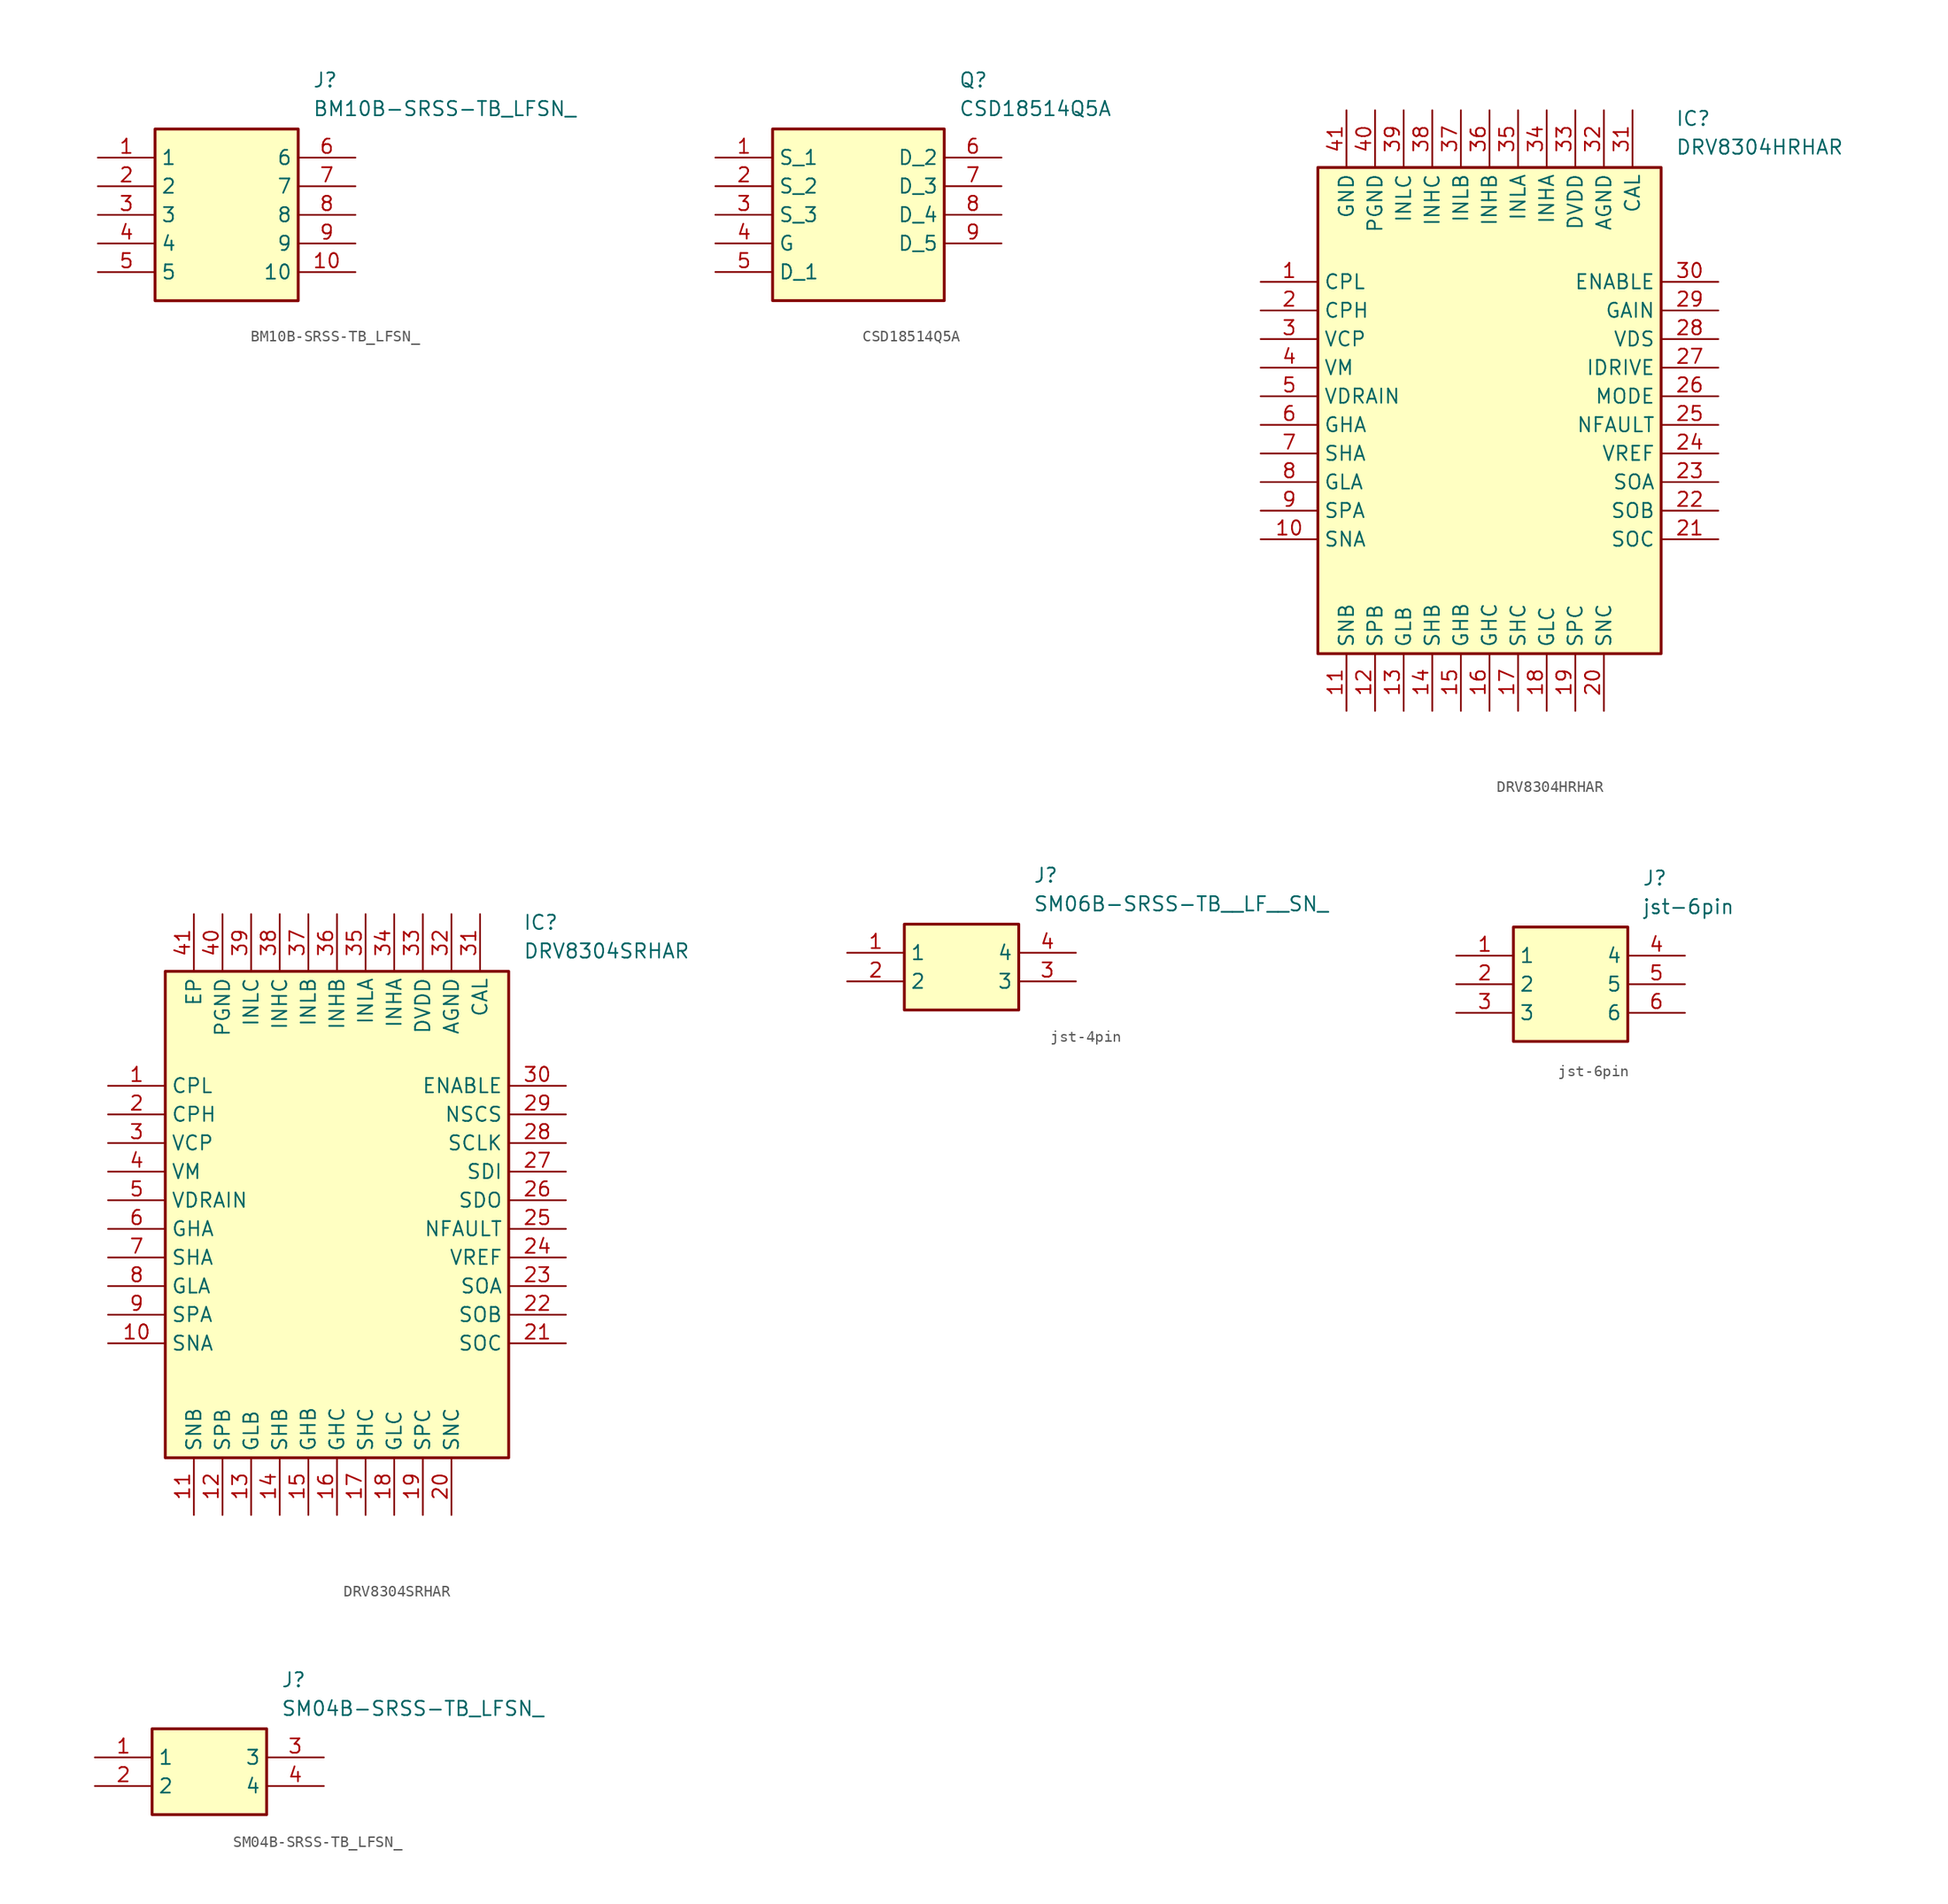
<source format=kicad_sym>
(kicad_symbol_lib
  (version 20241209)
  (generator "kicad_symbol_editor")
  (generator_version "9.0")
  (symbol "BM10B-SRSS-TB_LFSN_"
    (property "Reference" "J"
      (at 19.05 7.62 0)
      (effects (font (size 1.27 1.27)) (justify left top)))
    (property "Value" "BM10B-SRSS-TB_LFSN_"
      (at 19.05 5.08 0)
      (effects (font (size 1.27 1.27)) (justify left top)))
    (symbol "BM10B-SRSS-TB_LFSN__1_1"
      (rectangle (start 5.08 2.54) (end 17.78 -12.7) (stroke (width 0.254) (type default)) (fill (type background)))
      (pin passive line (at 0 0 0) (length 5.08) (name "1" (effects (font (size 1.27 1.27)))) (number "1" (effects (font (size 1.27 1.27)))))
      (pin passive line (at 0 -2.54 0) (length 5.08) (name "2" (effects (font (size 1.27 1.27)))) (number "2" (effects (font (size 1.27 1.27)))))
      (pin passive line (at 0 -5.08 0) (length 5.08) (name "3" (effects (font (size 1.27 1.27)))) (number "3" (effects (font (size 1.27 1.27)))))
      (pin passive line (at 0 -7.62 0) (length 5.08) (name "4" (effects (font (size 1.27 1.27)))) (number "4" (effects (font (size 1.27 1.27)))))
      (pin passive line (at 0 -10.16 0) (length 5.08) (name "5" (effects (font (size 1.27 1.27)))) (number "5" (effects (font (size 1.27 1.27)))))
      (pin passive line (at 22.86 0 180) (length 5.08) (name "6" (effects (font (size 1.27 1.27)))) (number "6" (effects (font (size 1.27 1.27)))))
      (pin passive line (at 22.86 -2.54 180) (length 5.08) (name "7" (effects (font (size 1.27 1.27)))) (number "7" (effects (font (size 1.27 1.27)))))
      (pin passive line (at 22.86 -5.08 180) (length 5.08) (name "8" (effects (font (size 1.27 1.27)))) (number "8" (effects (font (size 1.27 1.27)))))
      (pin passive line (at 22.86 -7.62 180) (length 5.08) (name "9" (effects (font (size 1.27 1.27)))) (number "9" (effects (font (size 1.27 1.27)))))
      (pin passive line (at 22.86 -10.16 180) (length 5.08) (name "10" (effects (font (size 1.27 1.27)))) (number "10" (effects (font (size 1.27 1.27)))))))
  (symbol "CSD18514Q5A"
    (property "Reference" "Q"
      (at 21.59 7.62 0)
      (effects (font (size 1.27 1.27)) (justify left top)))
    (property "Value" "CSD18514Q5A"
      (at 21.59 5.08 0)
      (effects (font (size 1.27 1.27)) (justify left top)))
    (symbol "CSD18514Q5A_1_1"
      (rectangle (start 5.08 2.54) (end 20.32 -12.7) (stroke (width 0.254) (type default)) (fill (type background)))
      (pin passive line (at 0 0 0) (length 5.08) (name "S_1" (effects (font (size 1.27 1.27)))) (number "1" (effects (font (size 1.27 1.27)))))
      (pin passive line (at 0 -2.54 0) (length 5.08) (name "S_2" (effects (font (size 1.27 1.27)))) (number "2" (effects (font (size 1.27 1.27)))))
      (pin passive line (at 0 -5.08 0) (length 5.08) (name "S_3" (effects (font (size 1.27 1.27)))) (number "3" (effects (font (size 1.27 1.27)))))
      (pin passive line (at 0 -7.62 0) (length 5.08) (name "G" (effects (font (size 1.27 1.27)))) (number "4" (effects (font (size 1.27 1.27)))))
      (pin passive line (at 0 -10.16 0) (length 5.08) (name "D_1" (effects (font (size 1.27 1.27)))) (number "5" (effects (font (size 1.27 1.27)))))
      (pin passive line (at 25.4 0 180) (length 5.08) (name "D_2" (effects (font (size 1.27 1.27)))) (number "6" (effects (font (size 1.27 1.27)))))
      (pin passive line (at 25.4 -2.54 180) (length 5.08) (name "D_3" (effects (font (size 1.27 1.27)))) (number "7" (effects (font (size 1.27 1.27)))))
      (pin passive line (at 25.4 -5.08 180) (length 5.08) (name "D_4" (effects (font (size 1.27 1.27)))) (number "8" (effects (font (size 1.27 1.27)))))
      (pin passive line (at 25.4 -7.62 180) (length 5.08) (name "D_5" (effects (font (size 1.27 1.27)))) (number "9" (effects (font (size 1.27 1.27)))))))
  (symbol "DRV8304HRHAR"
    (property "Reference" "IC"
      (at 36.83 15.24 0)
      (effects (font (size 1.27 1.27)) (justify left top)))
    (property "Value" "DRV8304HRHAR"
      (at 36.83 12.7 0)
      (effects (font (size 1.27 1.27)) (justify left top)))
    (symbol "DRV8304HRHAR_1_1"
      (rectangle (start 5.08 10.16) (end 35.56 -33.02) (stroke (width 0.254) (type default)) (fill (type background)))
      (pin passive line (at 0 0 0) (length 5.08) (name "CPL" (effects (font (size 1.27 1.27)))) (number "1" (effects (font (size 1.27 1.27)))))
      (pin passive line (at 0 -2.54 0) (length 5.08) (name "CPH" (effects (font (size 1.27 1.27)))) (number "2" (effects (font (size 1.27 1.27)))))
      (pin passive line (at 0 -5.08 0) (length 5.08) (name "VCP" (effects (font (size 1.27 1.27)))) (number "3" (effects (font (size 1.27 1.27)))))
      (pin passive line (at 0 -7.62 0) (length 5.08) (name "VM" (effects (font (size 1.27 1.27)))) (number "4" (effects (font (size 1.27 1.27)))))
      (pin passive line (at 0 -10.16 0) (length 5.08) (name "VDRAIN" (effects (font (size 1.27 1.27)))) (number "5" (effects (font (size 1.27 1.27)))))
      (pin passive line (at 0 -12.7 0) (length 5.08) (name "GHA" (effects (font (size 1.27 1.27)))) (number "6" (effects (font (size 1.27 1.27)))))
      (pin passive line (at 0 -15.24 0) (length 5.08) (name "SHA" (effects (font (size 1.27 1.27)))) (number "7" (effects (font (size 1.27 1.27)))))
      (pin passive line (at 0 -17.78 0) (length 5.08) (name "GLA" (effects (font (size 1.27 1.27)))) (number "8" (effects (font (size 1.27 1.27)))))
      (pin passive line (at 0 -20.32 0) (length 5.08) (name "SPA" (effects (font (size 1.27 1.27)))) (number "9" (effects (font (size 1.27 1.27)))))
      (pin passive line (at 0 -22.86 0) (length 5.08) (name "SNA" (effects (font (size 1.27 1.27)))) (number "10" (effects (font (size 1.27 1.27)))))
      (pin passive line (at 7.62 15.24 270) (length 5.08) (name "GND" (effects (font (size 1.27 1.27)))) (number "41" (effects (font (size 1.27 1.27)))))
      (pin passive line (at 7.62 -38.1 90) (length 5.08) (name "SNB" (effects (font (size 1.27 1.27)))) (number "11" (effects (font (size 1.27 1.27)))))
      (pin passive line (at 10.16 15.24 270) (length 5.08) (name "PGND" (effects (font (size 1.27 1.27)))) (number "40" (effects (font (size 1.27 1.27)))))
      (pin passive line (at 10.16 -38.1 90) (length 5.08) (name "SPB" (effects (font (size 1.27 1.27)))) (number "12" (effects (font (size 1.27 1.27)))))
      (pin passive line (at 12.7 15.24 270) (length 5.08) (name "INLC" (effects (font (size 1.27 1.27)))) (number "39" (effects (font (size 1.27 1.27)))))
      (pin passive line (at 12.7 -38.1 90) (length 5.08) (name "GLB" (effects (font (size 1.27 1.27)))) (number "13" (effects (font (size 1.27 1.27)))))
      (pin passive line (at 15.24 15.24 270) (length 5.08) (name "INHC" (effects (font (size 1.27 1.27)))) (number "38" (effects (font (size 1.27 1.27)))))
      (pin passive line (at 15.24 -38.1 90) (length 5.08) (name "SHB" (effects (font (size 1.27 1.27)))) (number "14" (effects (font (size 1.27 1.27)))))
      (pin passive line (at 17.78 15.24 270) (length 5.08) (name "INLB" (effects (font (size 1.27 1.27)))) (number "37" (effects (font (size 1.27 1.27)))))
      (pin passive line (at 17.78 -38.1 90) (length 5.08) (name "GHB" (effects (font (size 1.27 1.27)))) (number "15" (effects (font (size 1.27 1.27)))))
      (pin passive line (at 20.32 15.24 270) (length 5.08) (name "INHB" (effects (font (size 1.27 1.27)))) (number "36" (effects (font (size 1.27 1.27)))))
      (pin passive line (at 20.32 -38.1 90) (length 5.08) (name "GHC" (effects (font (size 1.27 1.27)))) (number "16" (effects (font (size 1.27 1.27)))))
      (pin passive line (at 22.86 15.24 270) (length 5.08) (name "INLA" (effects (font (size 1.27 1.27)))) (number "35" (effects (font (size 1.27 1.27)))))
      (pin passive line (at 22.86 -38.1 90) (length 5.08) (name "SHC" (effects (font (size 1.27 1.27)))) (number "17" (effects (font (size 1.27 1.27)))))
      (pin passive line (at 25.4 15.24 270) (length 5.08) (name "INHA" (effects (font (size 1.27 1.27)))) (number "34" (effects (font (size 1.27 1.27)))))
      (pin passive line (at 25.4 -38.1 90) (length 5.08) (name "GLC" (effects (font (size 1.27 1.27)))) (number "18" (effects (font (size 1.27 1.27)))))
      (pin passive line (at 27.94 15.24 270) (length 5.08) (name "DVDD" (effects (font (size 1.27 1.27)))) (number "33" (effects (font (size 1.27 1.27)))))
      (pin passive line (at 27.94 -38.1 90) (length 5.08) (name "SPC" (effects (font (size 1.27 1.27)))) (number "19" (effects (font (size 1.27 1.27)))))
      (pin passive line (at 30.48 15.24 270) (length 5.08) (name "AGND" (effects (font (size 1.27 1.27)))) (number "32" (effects (font (size 1.27 1.27)))))
      (pin passive line (at 30.48 -38.1 90) (length 5.08) (name "SNC" (effects (font (size 1.27 1.27)))) (number "20" (effects (font (size 1.27 1.27)))))
      (pin passive line (at 33.02 15.24 270) (length 5.08) (name "CAL" (effects (font (size 1.27 1.27)))) (number "31" (effects (font (size 1.27 1.27)))))
      (pin passive line (at 40.64 0 180) (length 5.08) (name "ENABLE" (effects (font (size 1.27 1.27)))) (number "30" (effects (font (size 1.27 1.27)))))
      (pin passive line (at 40.64 -2.54 180) (length 5.08) (name "GAIN" (effects (font (size 1.27 1.27)))) (number "29" (effects (font (size 1.27 1.27)))))
      (pin passive line (at 40.64 -5.08 180) (length 5.08) (name "VDS" (effects (font (size 1.27 1.27)))) (number "28" (effects (font (size 1.27 1.27)))))
      (pin passive line (at 40.64 -7.62 180) (length 5.08) (name "IDRIVE" (effects (font (size 1.27 1.27)))) (number "27" (effects (font (size 1.27 1.27)))))
      (pin passive line (at 40.64 -10.16 180) (length 5.08) (name "MODE" (effects (font (size 1.27 1.27)))) (number "26" (effects (font (size 1.27 1.27)))))
      (pin passive line (at 40.64 -12.7 180) (length 5.08) (name "NFAULT" (effects (font (size 1.27 1.27)))) (number "25" (effects (font (size 1.27 1.27)))))
      (pin passive line (at 40.64 -15.24 180) (length 5.08) (name "VREF" (effects (font (size 1.27 1.27)))) (number "24" (effects (font (size 1.27 1.27)))))
      (pin passive line (at 40.64 -17.78 180) (length 5.08) (name "SOA" (effects (font (size 1.27 1.27)))) (number "23" (effects (font (size 1.27 1.27)))))
      (pin passive line (at 40.64 -20.32 180) (length 5.08) (name "SOB" (effects (font (size 1.27 1.27)))) (number "22" (effects (font (size 1.27 1.27)))))
      (pin passive line (at 40.64 -22.86 180) (length 5.08) (name "SOC" (effects (font (size 1.27 1.27)))) (number "21" (effects (font (size 1.27 1.27)))))))
  (symbol "DRV8304SRHAR"
    (property "Reference" "IC"
      (at 36.83 15.24 0)
      (effects (font (size 1.27 1.27)) (justify left top)))
    (property "Value" "DRV8304SRHAR"
      (at 36.83 12.7 0)
      (effects (font (size 1.27 1.27)) (justify left top)))
    (symbol "DRV8304SRHAR_1_1"
      (rectangle (start 5.08 10.16) (end 35.56 -33.02) (stroke (width 0.254) (type default)) (fill (type background)))
      (pin passive line (at 0 0 0) (length 5.08) (name "CPL" (effects (font (size 1.27 1.27)))) (number "1" (effects (font (size 1.27 1.27)))))
      (pin passive line (at 0 -2.54 0) (length 5.08) (name "CPH" (effects (font (size 1.27 1.27)))) (number "2" (effects (font (size 1.27 1.27)))))
      (pin passive line (at 0 -5.08 0) (length 5.08) (name "VCP" (effects (font (size 1.27 1.27)))) (number "3" (effects (font (size 1.27 1.27)))))
      (pin passive line (at 0 -7.62 0) (length 5.08) (name "VM" (effects (font (size 1.27 1.27)))) (number "4" (effects (font (size 1.27 1.27)))))
      (pin passive line (at 0 -10.16 0) (length 5.08) (name "VDRAIN" (effects (font (size 1.27 1.27)))) (number "5" (effects (font (size 1.27 1.27)))))
      (pin passive line (at 0 -12.7 0) (length 5.08) (name "GHA" (effects (font (size 1.27 1.27)))) (number "6" (effects (font (size 1.27 1.27)))))
      (pin passive line (at 0 -15.24 0) (length 5.08) (name "SHA" (effects (font (size 1.27 1.27)))) (number "7" (effects (font (size 1.27 1.27)))))
      (pin passive line (at 0 -17.78 0) (length 5.08) (name "GLA" (effects (font (size 1.27 1.27)))) (number "8" (effects (font (size 1.27 1.27)))))
      (pin passive line (at 0 -20.32 0) (length 5.08) (name "SPA" (effects (font (size 1.27 1.27)))) (number "9" (effects (font (size 1.27 1.27)))))
      (pin passive line (at 0 -22.86 0) (length 5.08) (name "SNA" (effects (font (size 1.27 1.27)))) (number "10" (effects (font (size 1.27 1.27)))))
      (pin passive line (at 7.62 15.24 270) (length 5.08) (name "EP" (effects (font (size 1.27 1.27)))) (number "41" (effects (font (size 1.27 1.27)))))
      (pin passive line (at 7.62 -38.1 90) (length 5.08) (name "SNB" (effects (font (size 1.27 1.27)))) (number "11" (effects (font (size 1.27 1.27)))))
      (pin passive line (at 10.16 15.24 270) (length 5.08) (name "PGND" (effects (font (size 1.27 1.27)))) (number "40" (effects (font (size 1.27 1.27)))))
      (pin passive line (at 10.16 -38.1 90) (length 5.08) (name "SPB" (effects (font (size 1.27 1.27)))) (number "12" (effects (font (size 1.27 1.27)))))
      (pin passive line (at 12.7 15.24 270) (length 5.08) (name "INLC" (effects (font (size 1.27 1.27)))) (number "39" (effects (font (size 1.27 1.27)))))
      (pin passive line (at 12.7 -38.1 90) (length 5.08) (name "GLB" (effects (font (size 1.27 1.27)))) (number "13" (effects (font (size 1.27 1.27)))))
      (pin passive line (at 15.24 15.24 270) (length 5.08) (name "INHC" (effects (font (size 1.27 1.27)))) (number "38" (effects (font (size 1.27 1.27)))))
      (pin passive line (at 15.24 -38.1 90) (length 5.08) (name "SHB" (effects (font (size 1.27 1.27)))) (number "14" (effects (font (size 1.27 1.27)))))
      (pin passive line (at 17.78 15.24 270) (length 5.08) (name "INLB" (effects (font (size 1.27 1.27)))) (number "37" (effects (font (size 1.27 1.27)))))
      (pin passive line (at 17.78 -38.1 90) (length 5.08) (name "GHB" (effects (font (size 1.27 1.27)))) (number "15" (effects (font (size 1.27 1.27)))))
      (pin passive line (at 20.32 15.24 270) (length 5.08) (name "INHB" (effects (font (size 1.27 1.27)))) (number "36" (effects (font (size 1.27 1.27)))))
      (pin passive line (at 20.32 -38.1 90) (length 5.08) (name "GHC" (effects (font (size 1.27 1.27)))) (number "16" (effects (font (size 1.27 1.27)))))
      (pin passive line (at 22.86 15.24 270) (length 5.08) (name "INLA" (effects (font (size 1.27 1.27)))) (number "35" (effects (font (size 1.27 1.27)))))
      (pin passive line (at 22.86 -38.1 90) (length 5.08) (name "SHC" (effects (font (size 1.27 1.27)))) (number "17" (effects (font (size 1.27 1.27)))))
      (pin passive line (at 25.4 15.24 270) (length 5.08) (name "INHA" (effects (font (size 1.27 1.27)))) (number "34" (effects (font (size 1.27 1.27)))))
      (pin passive line (at 25.4 -38.1 90) (length 5.08) (name "GLC" (effects (font (size 1.27 1.27)))) (number "18" (effects (font (size 1.27 1.27)))))
      (pin passive line (at 27.94 15.24 270) (length 5.08) (name "DVDD" (effects (font (size 1.27 1.27)))) (number "33" (effects (font (size 1.27 1.27)))))
      (pin passive line (at 27.94 -38.1 90) (length 5.08) (name "SPC" (effects (font (size 1.27 1.27)))) (number "19" (effects (font (size 1.27 1.27)))))
      (pin passive line (at 30.48 15.24 270) (length 5.08) (name "AGND" (effects (font (size 1.27 1.27)))) (number "32" (effects (font (size 1.27 1.27)))))
      (pin passive line (at 30.48 -38.1 90) (length 5.08) (name "SNC" (effects (font (size 1.27 1.27)))) (number "20" (effects (font (size 1.27 1.27)))))
      (pin passive line (at 33.02 15.24 270) (length 5.08) (name "CAL" (effects (font (size 1.27 1.27)))) (number "31" (effects (font (size 1.27 1.27)))))
      (pin passive line (at 40.64 0 180) (length 5.08) (name "ENABLE" (effects (font (size 1.27 1.27)))) (number "30" (effects (font (size 1.27 1.27)))))
      (pin passive line (at 40.64 -2.54 180) (length 5.08) (name "NSCS" (effects (font (size 1.27 1.27)))) (number "29" (effects (font (size 1.27 1.27)))))
      (pin passive line (at 40.64 -5.08 180) (length 5.08) (name "SCLK" (effects (font (size 1.27 1.27)))) (number "28" (effects (font (size 1.27 1.27)))))
      (pin passive line (at 40.64 -7.62 180) (length 5.08) (name "SDI" (effects (font (size 1.27 1.27)))) (number "27" (effects (font (size 1.27 1.27)))))
      (pin passive line (at 40.64 -10.16 180) (length 5.08) (name "SDO" (effects (font (size 1.27 1.27)))) (number "26" (effects (font (size 1.27 1.27)))))
      (pin passive line (at 40.64 -12.7 180) (length 5.08) (name "NFAULT" (effects (font (size 1.27 1.27)))) (number "25" (effects (font (size 1.27 1.27)))))
      (pin passive line (at 40.64 -15.24 180) (length 5.08) (name "VREF" (effects (font (size 1.27 1.27)))) (number "24" (effects (font (size 1.27 1.27)))))
      (pin passive line (at 40.64 -17.78 180) (length 5.08) (name "SOA" (effects (font (size 1.27 1.27)))) (number "23" (effects (font (size 1.27 1.27)))))
      (pin passive line (at 40.64 -20.32 180) (length 5.08) (name "SOB" (effects (font (size 1.27 1.27)))) (number "22" (effects (font (size 1.27 1.27)))))
      (pin passive line (at 40.64 -22.86 180) (length 5.08) (name "SOC" (effects (font (size 1.27 1.27)))) (number "21" (effects (font (size 1.27 1.27)))))))
  (symbol "jst-4pin"
    (property "Reference" "J"
      (at 16.51 7.62 0)
      (effects (font (size 1.27 1.27)) (justify left top)))
    (property "Value" "SM06B-SRSS-TB__LF__SN_"
      (at 16.51 5.08 0)
      (effects (font (size 1.27 1.27)) (justify left top)))
    (symbol "jst-4pin_1_1"
      (rectangle (start 5.08 2.54) (end 15.24 -5.08) (stroke (width 0.254) (type default)) (fill (type background)))
      (pin passive line (at 0 0 0) (length 5.08) (name "1" (effects (font (size 1.27 1.27)))) (number "1" (effects (font (size 1.27 1.27)))))
      (pin passive line (at 0 -2.54 0) (length 5.08) (name "2" (effects (font (size 1.27 1.27)))) (number "2" (effects (font (size 1.27 1.27)))))
      (pin passive line (at 20.32 0 180) (length 5.08) (name "4" (effects (font (size 1.27 1.27)))) (number "4" (effects (font (size 1.27 1.27)))))
      (pin passive line (at 20.32 -2.54 180) (length 5.08) (name "3" (effects (font (size 1.27 1.27)))) (number "3" (effects (font (size 1.27 1.27)))))))
  (symbol "jst-6pin"
    (property "Reference" "J"
      (at 16.51 7.62 0)
      (effects (font (size 1.27 1.27)) (justify left top)))
    (property "Value" "jst-6pin"
      (at 16.51 5.08 0)
      (effects (font (size 1.27 1.27)) (justify left top)))
    (symbol "jst-6pin_1_1"
      (rectangle (start 5.08 2.54) (end 15.24 -7.62) (stroke (width 0.254) (type default)) (fill (type background)))
      (pin passive line (at 0 0 0) (length 5.08) (name "1" (effects (font (size 1.27 1.27)))) (number "1" (effects (font (size 1.27 1.27)))))
      (pin passive line (at 0 -2.54 0) (length 5.08) (name "2" (effects (font (size 1.27 1.27)))) (number "2" (effects (font (size 1.27 1.27)))))
      (pin passive line (at 0 -5.08 0) (length 5.08) (name "3" (effects (font (size 1.27 1.27)))) (number "3" (effects (font (size 1.27 1.27)))))
      (pin passive line (at 20.32 0 180) (length 5.08) (name "4" (effects (font (size 1.27 1.27)))) (number "4" (effects (font (size 1.27 1.27)))))
      (pin passive line (at 20.32 -2.54 180) (length 5.08) (name "5" (effects (font (size 1.27 1.27)))) (number "5" (effects (font (size 1.27 1.27)))))
      (pin passive line (at 20.32 -5.08 180) (length 5.08) (name "6" (effects (font (size 1.27 1.27)))) (number "6" (effects (font (size 1.27 1.27)))))))
  (symbol "SM04B-SRSS-TB_LFSN_"
    (property "Reference" "J"
      (at 16.51 7.62 0)
      (effects (font (size 1.27 1.27)) (justify left top)))
    (property "Value" "SM04B-SRSS-TB_LFSN_"
      (at 16.51 5.08 0)
      (effects (font (size 1.27 1.27)) (justify left top)))
    (symbol "SM04B-SRSS-TB_LFSN__1_1"
      (rectangle (start 5.08 2.54) (end 15.24 -5.08) (stroke (width 0.254) (type default)) (fill (type background)))
      (pin passive line (at 0 0 0) (length 5.08) (name "1" (effects (font (size 1.27 1.27)))) (number "1" (effects (font (size 1.27 1.27)))))
      (pin passive line (at 0 -2.54 0) (length 5.08) (name "2" (effects (font (size 1.27 1.27)))) (number "2" (effects (font (size 1.27 1.27)))))
      (pin passive line (at 20.32 0 180) (length 5.08) (name "3" (effects (font (size 1.27 1.27)))) (number "3" (effects (font (size 1.27 1.27)))))
      (pin passive line (at 20.32 -2.54 180) (length 5.08) (name "4" (effects (font (size 1.27 1.27)))) (number "4" (effects (font (size 1.27 1.27))))))))
</source>
